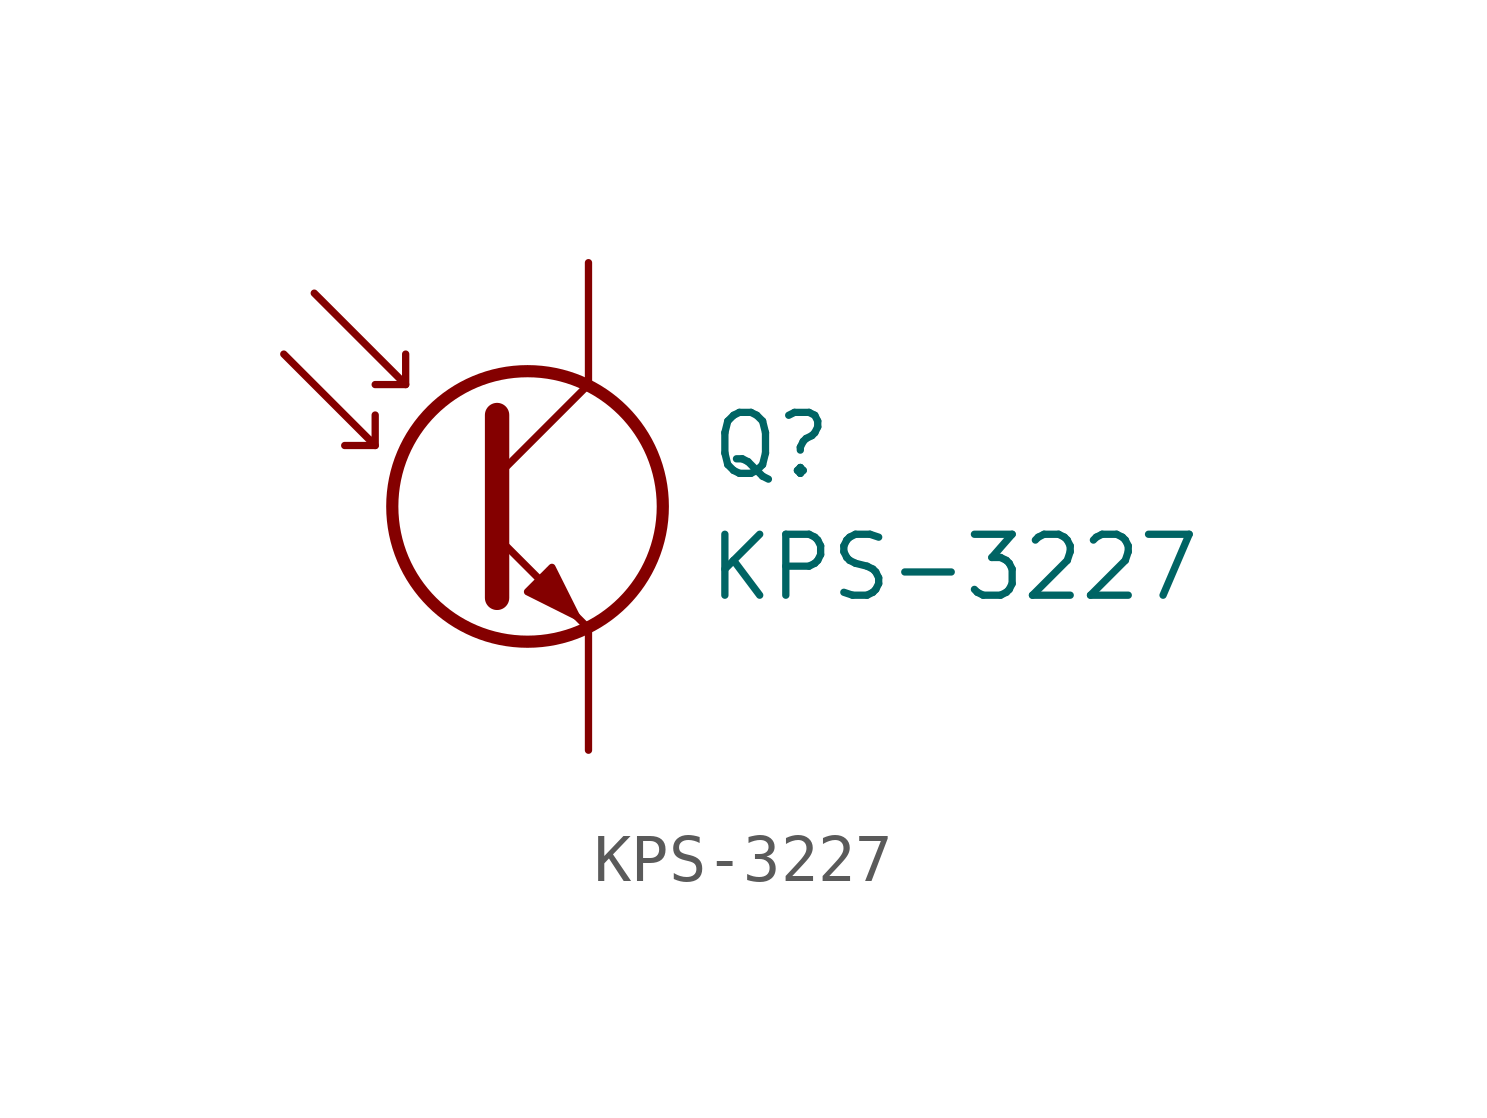
<source format=kicad_sym>
(kicad_symbol_lib
  (version 20211014)
  (generator kicad_symbol_editor)
  (symbol "KPS-3227"
    (pin_numbers hide)
    (property "Reference" "Q"
      (at 3.81 1.27 0)
      (effects (font (size 1.27 1.27))))
    (property "Value" "KPS-3227"
      (at 7.62 -1.27 0)
      (effects (font (size 1.27 1.27))))
    (symbol "KPS-3227_1_1"
      (circle (center -1.27 0) (radius 2.819) (stroke (width 0.254) (type default) (color 0 0 0 0)) (fill (type none)))
      (polyline (pts (xy -4.445 1.27) (xy -5.08 1.27)) (stroke (width 0) (type default) (color 0 0 0 0)) (fill (type none)))
      (polyline (pts (xy -3.81 2.54) (xy -4.445 2.54)) (stroke (width 0) (type default) (color 0 0 0 0)) (fill (type none)))
      (polyline (pts (xy -1.905 0.635) (xy 0 2.54)) (stroke (width 0) (type default) (color 0 0 0 0)) (fill (type none)))
      (polyline (pts (xy -6.35 3.175) (xy -4.445 1.27) (xy -4.445 1.905)) (stroke (width 0) (type default) (color 0 0 0 0)) (fill (type none)))
      (polyline (pts (xy -5.715 4.445) (xy -3.81 2.54) (xy -3.81 3.175)) (stroke (width 0) (type default) (color 0 0 0 0)) (fill (type none)))
      (polyline (pts (xy -1.905 -0.635) (xy 0 -2.54) (xy 0 -2.54)) (stroke (width 0) (type default) (color 0 0 0 0)) (fill (type none)))
      (polyline (pts (xy -1.905 1.905) (xy -1.905 -1.905) (xy -1.905 -1.905)) (stroke (width 0.508) (type default) (color 0 0 0 0)) (fill (type none)))
      (polyline (pts (xy -1.27 -1.778) (xy -0.762 -1.27) (xy -0.254 -2.286) (xy -1.27 -1.778) (xy -1.27 -1.778)) (stroke (width 0) (type default) (color 0 0 0 0)) (fill (type outline)))
      (pin passive line (at 0 5.08 270) (length 2.54) hide (name "~" (effects (font (size 1.27 1.27)))) (number "1" (effects (font (size 1.27 1.27)))))
      (pin passive line (at 0 -5.08 90) (length 2.54) hide (name "~" (effects (font (size 1.27 1.27)))) (number "2" (effects (font (size 1.27 1.27)))))
      (pin passive line (at 0 5.08 270) (length 2.54) (name "~" (effects (font (size 1.27 1.27)))) (number "3" (effects (font (size 1.27 1.27)))))
      (pin passive line (at 0 -5.08 90) (length 2.54) (name "~" (effects (font (size 1.27 1.27)))) (number "4" (effects (font (size 1.27 1.27))))))))
</source>
